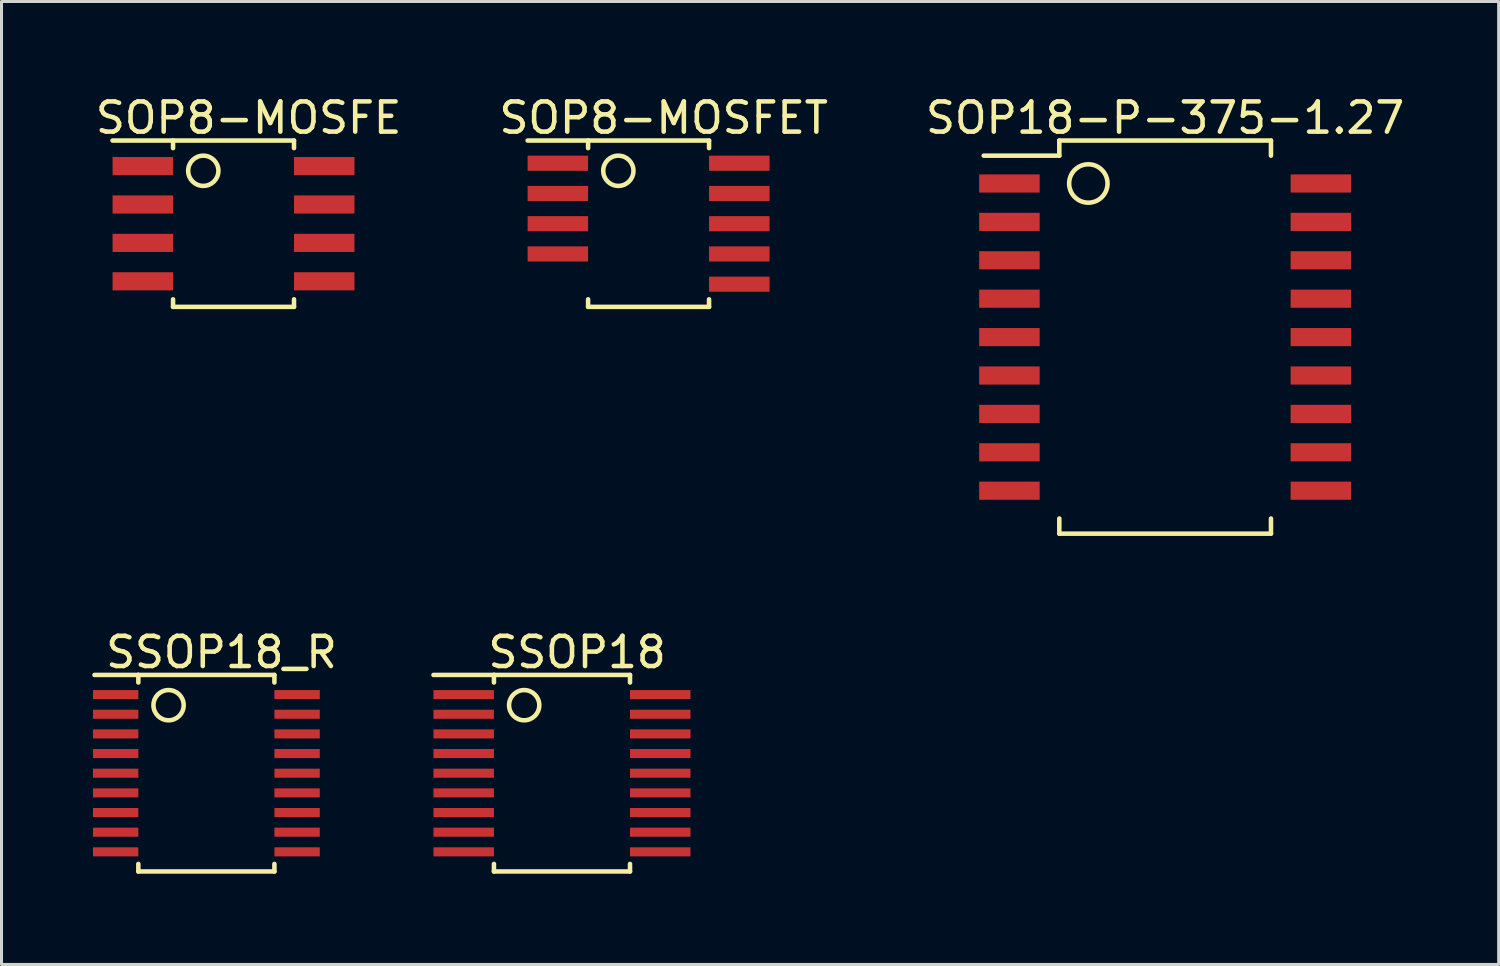
<source format=kicad_pcb>
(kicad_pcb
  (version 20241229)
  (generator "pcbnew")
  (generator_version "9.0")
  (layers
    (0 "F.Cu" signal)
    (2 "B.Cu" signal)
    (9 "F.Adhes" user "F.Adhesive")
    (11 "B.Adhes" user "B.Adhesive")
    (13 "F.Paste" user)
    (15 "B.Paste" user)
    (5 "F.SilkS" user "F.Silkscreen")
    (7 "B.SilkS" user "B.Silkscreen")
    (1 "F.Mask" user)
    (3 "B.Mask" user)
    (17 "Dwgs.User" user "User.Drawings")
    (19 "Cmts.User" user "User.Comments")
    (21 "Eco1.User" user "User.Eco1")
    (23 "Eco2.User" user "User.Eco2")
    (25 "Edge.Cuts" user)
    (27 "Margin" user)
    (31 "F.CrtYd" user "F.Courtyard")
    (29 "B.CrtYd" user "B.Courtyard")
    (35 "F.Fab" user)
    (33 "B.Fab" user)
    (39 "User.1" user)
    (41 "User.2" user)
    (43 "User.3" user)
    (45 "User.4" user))
  (footprint "SOP18-P-375-1.27"
    (layer "F.Cu")
    (at 35.482 8.098)
    (property "Reference" "SOP18-P-375-1.27" (at 0 -7.25 0) (layer "F.SilkS") (effects (font (size 1 1) (thickness 0.15))))
    (attr through_hole)
    (fp_line (start -3.5 -6.5) (end -3.5 -6) (stroke (width 0.15) (type solid)) (layer "F.SilkS"))
    (fp_line (start -3.5 -6.5) (end 3.5 -6.5) (stroke (width 0.15) (type solid)) (layer "F.SilkS"))
    (fp_line (start -3.5 -6) (end -6 -6) (stroke (width 0.15) (type solid)) (layer "F.SilkS"))
    (fp_line (start -3.5 6.5) (end -3.5 6) (stroke (width 0.15) (type solid)) (layer "F.SilkS"))
    (fp_line (start -3.5 6.5) (end 3.5 6.5) (stroke (width 0.15) (type solid)) (layer "F.SilkS"))
    (fp_line (start 3.5 -6.5) (end 3.5 -6) (stroke (width 0.15) (type solid)) (layer "F.SilkS"))
    (fp_line (start 3.5 6.5) (end 3.5 6) (stroke (width 0.15) (type solid)) (layer "F.SilkS"))
    (fp_circle (center -2.54 -5.08) (end -1.905 -5.08) (stroke (width 0.15) (type solid)) (fill no) (layer "F.SilkS"))
    (pad "1" smd rect (at -5.15 -5.08) (size 2 0.6) (layers "F.Cu" "F.Mask" "F.Paste"))
    (pad "2" smd rect (at -5.15 -3.81) (size 2 0.6) (layers "F.Cu" "F.Mask" "F.Paste"))
    (pad "3" smd rect (at -5.15 -2.54) (size 2 0.6) (layers "F.Cu" "F.Mask" "F.Paste"))
    (pad "4" smd rect (at -5.15 -1.27) (size 2 0.6) (layers "F.Cu" "F.Mask" "F.Paste"))
    (pad "5" smd rect (at -5.15 0) (size 2 0.6) (layers "F.Cu" "F.Mask" "F.Paste"))
    (pad "6" smd rect (at -5.15 1.27) (size 2 0.6) (layers "F.Cu" "F.Mask" "F.Paste"))
    (pad "7" smd rect (at -5.15 2.54) (size 2 0.6) (layers "F.Cu" "F.Mask" "F.Paste"))
    (pad "8" smd rect (at -5.15 3.81) (size 2 0.6) (layers "F.Cu" "F.Mask" "F.Paste"))
    (pad "9" smd rect (at -5.15 5.08) (size 2 0.6) (layers "F.Cu" "F.Mask" "F.Paste"))
    (pad "10" smd rect (at 5.15 5.08) (size 2 0.6) (layers "F.Cu" "F.Mask" "F.Paste"))
    (pad "11" smd rect (at 5.15 3.81) (size 2 0.6) (layers "F.Cu" "F.Mask" "F.Paste"))
    (pad "12" smd rect (at 5.15 2.54) (size 2 0.6) (layers "F.Cu" "F.Mask" "F.Paste"))
    (pad "13" smd rect (at 5.15 1.27) (size 2 0.6) (layers "F.Cu" "F.Mask" "F.Paste"))
    (pad "14" smd rect (at 5.15 0) (size 2 0.6) (layers "F.Cu" "F.Mask" "F.Paste"))
    (pad "15" smd rect (at 5.15 -1.27) (size 2 0.6) (layers "F.Cu" "F.Mask" "F.Paste"))
    (pad "16" smd rect (at 5.15 -2.54) (size 2 0.6) (layers "F.Cu" "F.Mask" "F.Paste"))
    (pad "17" smd rect (at 5.15 -3.81) (size 2 0.6) (layers "F.Cu" "F.Mask" "F.Paste"))
    (pad "18" smd rect (at 5.15 -5.08) (size 2 0.6) (layers "F.Cu" "F.Mask" "F.Paste")))
  (footprint "SOP8-MOSFE"
    (layer "F.Cu")
    (at 4.673 4.348)
    (property "Reference" "SOP8-MOSFE" (at 0.5 -3.5 0) (layer "F.SilkS") (effects (font (size 1 1) (thickness 0.15))))
    (attr through_hole)
    (fp_line (start -2 -2.75) (end -4 -2.75) (stroke (width 0.15) (type solid)) (layer "F.SilkS"))
    (fp_line (start -2 -2.75) (end 2 -2.75) (stroke (width 0.15) (type solid)) (layer "F.SilkS"))
    (fp_line (start -2 -2.5) (end -2 -2.75) (stroke (width 0.15) (type solid)) (layer "F.SilkS"))
    (fp_line (start -2 2.5) (end -2 2.75) (stroke (width 0.15) (type solid)) (layer "F.SilkS"))
    (fp_line (start -2 2.75) (end 2 2.75) (stroke (width 0.15) (type solid)) (layer "F.SilkS"))
    (fp_line (start 2 -2.75) (end 2 -2.5) (stroke (width 0.15) (type solid)) (layer "F.SilkS"))
    (fp_line (start 2 2.75) (end 2 2.5) (stroke (width 0.15) (type solid)) (layer "F.SilkS"))
    (fp_circle (center -1 -1.75) (end -0.5 -1.75) (stroke (width 0.15) (type solid)) (fill no) (layer "F.SilkS"))
    (pad "1" smd rect (at -3 -1.905) (size 2 0.6) (layers "F.Cu" "F.Mask" "F.Paste"))
    (pad "1" smd rect (at -3 -0.635) (size 2 0.6) (layers "F.Cu" "F.Mask" "F.Paste"))
    (pad "1" smd rect (at -3 0.635) (size 2 0.6) (layers "F.Cu" "F.Mask" "F.Paste"))
    (pad "2" smd rect (at -3 1.905) (size 2 0.6) (layers "F.Cu" "F.Mask" "F.Paste"))
    (pad "3" smd rect (at 3 -1.905) (size 2 0.6) (layers "F.Cu" "F.Mask" "F.Paste"))
    (pad "3" smd rect (at 3 -0.635) (size 2 0.6) (layers "F.Cu" "F.Mask" "F.Paste"))
    (pad "3" smd rect (at 3 0.635) (size 2 0.6) (layers "F.Cu" "F.Mask" "F.Paste"))
    (pad "3" smd rect (at 3 1.905) (size 2 0.6) (layers "F.Cu" "F.Mask" "F.Paste")))
  (footprint "SOP8-MOSFET"
    (layer "F.Cu")
    (at 18.399 4.348)
    (property "Reference" "SOP8-MOSFET" (at 0.5 -3.5 0) (layer "F.SilkS") (effects (font (size 1 1) (thickness 0.15))))
    (attr through_hole)
    (fp_line (start -2 -2.75) (end -4 -2.75) (stroke (width 0.15) (type solid)) (layer "F.SilkS"))
    (fp_line (start -2 -2.75) (end 2 -2.75) (stroke (width 0.15) (type solid)) (layer "F.SilkS"))
    (fp_line (start -2 -2.5) (end -2 -2.75) (stroke (width 0.15) (type solid)) (layer "F.SilkS"))
    (fp_line (start -2 2.5) (end -2 2.75) (stroke (width 0.15) (type solid)) (layer "F.SilkS"))
    (fp_line (start -2 2.75) (end 2 2.75) (stroke (width 0.15) (type solid)) (layer "F.SilkS"))
    (fp_line (start 2 -2.75) (end 2 -2.5) (stroke (width 0.15) (type solid)) (layer "F.SilkS"))
    (fp_line (start 2 2.75) (end 2 2.5) (stroke (width 0.15) (type solid)) (layer "F.SilkS"))
    (fp_circle (center -1 -1.75) (end -0.5 -1.75) (stroke (width 0.15) (type solid)) (fill no) (layer "F.SilkS"))
    (pad "1" smd rect (at -3 -2) (size 2 0.5) (layers "F.Cu" "F.Mask" "F.Paste"))
    (pad "2" smd rect (at -3 -1) (size 2 0.5) (layers "F.Cu" "F.Mask" "F.Paste"))
    (pad "3" smd rect (at -3 0) (size 2 0.5) (layers "F.Cu" "F.Mask" "F.Paste"))
    (pad "4" smd rect (at -3 1) (size 2 0.5) (layers "F.Cu" "F.Mask" "F.Paste"))
    (pad "6" smd rect (at 3 2) (size 2 0.5) (layers "F.Cu" "F.Mask" "F.Paste"))
    (pad "7" smd rect (at 3 1) (size 2 0.5) (layers "F.Cu" "F.Mask" "F.Paste"))
    (pad "8" smd rect (at 3 0) (size 2 0.5) (layers "F.Cu" "F.Mask" "F.Paste"))
    (pad "9" smd rect (at 3 -1) (size 2 0.5) (layers "F.Cu" "F.Mask" "F.Paste"))
    (pad "10" smd rect (at 3 -2) (size 2 0.5) (layers "F.Cu" "F.Mask" "F.Paste")))
  (footprint "SSOP18_R"
    (layer "F.Cu")
    (at 3.775 22.521)
    (property "Reference" "SSOP18_R" (at 0.5 -4 0) (layer "F.SilkS") (effects (font (size 1 1) (thickness 0.15))))
    (attr through_hole)
    (fp_line (start -2.25 -3.25) (end -3.7 -3.25) (stroke (width 0.15) (type solid)) (layer "F.SilkS"))
    (fp_line (start -2.25 -3.25) (end 2.25 -3.25) (stroke (width 0.15) (type solid)) (layer "F.SilkS"))
    (fp_line (start -2.25 -3) (end -2.25 -3.25) (stroke (width 0.15) (type solid)) (layer "F.SilkS"))
    (fp_line (start -2.25 3) (end -2.25 3.25) (stroke (width 0.15) (type solid)) (layer "F.SilkS"))
    (fp_line (start -2.25 3.25) (end 2.25 3.25) (stroke (width 0.15) (type solid)) (layer "F.SilkS"))
    (fp_line (start 2.25 -3.25) (end 2.25 -3) (stroke (width 0.15) (type solid)) (layer "F.SilkS"))
    (fp_line (start 2.25 3.25) (end 2.25 3) (stroke (width 0.15) (type solid)) (layer "F.SilkS"))
    (fp_circle (center -1.25 -2.25) (end -0.75 -2.25) (stroke (width 0.15) (type solid)) (fill no) (layer "F.SilkS"))
    (pad "1" smd rect (at -3 -2.6) (size 1.5 0.3) (layers "F.Cu" "F.Mask" "F.Paste"))
    (pad "2" smd rect (at -3 -1.95) (size 1.5 0.3) (layers "F.Cu" "F.Mask" "F.Paste"))
    (pad "3" smd rect (at -3 -1.3) (size 1.5 0.3) (layers "F.Cu" "F.Mask" "F.Paste"))
    (pad "4" smd rect (at -3 -0.65) (size 1.5 0.3) (layers "F.Cu" "F.Mask" "F.Paste"))
    (pad "5" smd rect (at -3 0) (size 1.5 0.3) (layers "F.Cu" "F.Mask" "F.Paste"))
    (pad "6" smd rect (at -3 0.65) (size 1.5 0.3) (layers "F.Cu" "F.Mask" "F.Paste"))
    (pad "7" smd rect (at -3 1.3) (size 1.5 0.3) (layers "F.Cu" "F.Mask" "F.Paste"))
    (pad "8" smd rect (at -3 1.95) (size 1.5 0.3) (layers "F.Cu" "F.Mask" "F.Paste"))
    (pad "9" smd rect (at -3 2.6) (size 1.5 0.3) (layers "F.Cu" "F.Mask" "F.Paste"))
    (pad "10" smd rect (at 3 2.6) (size 1.5 0.3) (layers "F.Cu" "F.Mask" "F.Paste"))
    (pad "11" smd rect (at 3 1.95) (size 1.5 0.3) (layers "F.Cu" "F.Mask" "F.Paste"))
    (pad "12" smd rect (at 3 1.3) (size 1.5 0.3) (layers "F.Cu" "F.Mask" "F.Paste"))
    (pad "13" smd rect (at 3 0.65) (size 1.5 0.3) (layers "F.Cu" "F.Mask" "F.Paste"))
    (pad "14" smd rect (at 3 0) (size 1.5 0.3) (layers "F.Cu" "F.Mask" "F.Paste"))
    (pad "15" smd rect (at 3 -0.65) (size 1.5 0.3) (layers "F.Cu" "F.Mask" "F.Paste"))
    (pad "16" smd rect (at 3 -1.3) (size 1.5 0.3) (layers "F.Cu" "F.Mask" "F.Paste"))
    (pad "17" smd rect (at 3 -1.95) (size 1.5 0.3) (layers "F.Cu" "F.Mask" "F.Paste"))
    (pad "18" smd rect (at 3 -2.6) (size 1.5 0.3) (layers "F.Cu" "F.Mask" "F.Paste")))
  (footprint "SSOP18"
    (layer "F.Cu")
    (at 15.535 22.521)
    (property "Reference" "SSOP18" (at 0.5 -4 0) (layer "F.SilkS") (effects (font (size 1 1) (thickness 0.15))))
    (attr through_hole)
    (fp_line (start -2.25 -3.25) (end -4.25 -3.25) (stroke (width 0.15) (type solid)) (layer "F.SilkS"))
    (fp_line (start -2.25 -3.25) (end 2.25 -3.25) (stroke (width 0.15) (type solid)) (layer "F.SilkS"))
    (fp_line (start -2.25 -3) (end -2.25 -3.25) (stroke (width 0.15) (type solid)) (layer "F.SilkS"))
    (fp_line (start -2.25 3) (end -2.25 3.25) (stroke (width 0.15) (type solid)) (layer "F.SilkS"))
    (fp_line (start -2.25 3.25) (end 2.25 3.25) (stroke (width 0.15) (type solid)) (layer "F.SilkS"))
    (fp_line (start 2.25 -3.25) (end 2.25 -3) (stroke (width 0.15) (type solid)) (layer "F.SilkS"))
    (fp_line (start 2.25 3.25) (end 2.25 3) (stroke (width 0.15) (type solid)) (layer "F.SilkS"))
    (fp_circle (center -1.25 -2.25) (end -0.75 -2.25) (stroke (width 0.15) (type solid)) (fill no) (layer "F.SilkS"))
    (pad "1" smd rect (at -3.25 -2.6) (size 2 0.3) (layers "F.Cu" "F.Mask" "F.Paste"))
    (pad "2" smd rect (at -3.25 -1.95) (size 2 0.3) (layers "F.Cu" "F.Mask" "F.Paste"))
    (pad "3" smd rect (at -3.25 -1.3) (size 2 0.3) (layers "F.Cu" "F.Mask" "F.Paste"))
    (pad "4" smd rect (at -3.25 -0.65) (size 2 0.3) (layers "F.Cu" "F.Mask" "F.Paste"))
    (pad "5" smd rect (at -3.25 0) (size 2 0.3) (layers "F.Cu" "F.Mask" "F.Paste"))
    (pad "6" smd rect (at -3.25 0.65) (size 2 0.3) (layers "F.Cu" "F.Mask" "F.Paste"))
    (pad "7" smd rect (at -3.25 1.3) (size 2 0.3) (layers "F.Cu" "F.Mask" "F.Paste"))
    (pad "8" smd rect (at -3.25 1.95) (size 2 0.3) (layers "F.Cu" "F.Mask" "F.Paste"))
    (pad "9" smd rect (at -3.25 2.6) (size 2 0.3) (layers "F.Cu" "F.Mask" "F.Paste"))
    (pad "10" smd rect (at 3.25 2.6) (size 2 0.3) (layers "F.Cu" "F.Mask" "F.Paste"))
    (pad "11" smd rect (at 3.25 1.95) (size 2 0.3) (layers "F.Cu" "F.Mask" "F.Paste"))
    (pad "12" smd rect (at 3.25 1.3) (size 2 0.3) (layers "F.Cu" "F.Mask" "F.Paste"))
    (pad "13" smd rect (at 3.25 0.65) (size 2 0.3) (layers "F.Cu" "F.Mask" "F.Paste"))
    (pad "14" smd rect (at 3.25 0) (size 2 0.3) (layers "F.Cu" "F.Mask" "F.Paste"))
    (pad "15" smd rect (at 3.25 -0.65) (size 2 0.3) (layers "F.Cu" "F.Mask" "F.Paste"))
    (pad "16" smd rect (at 3.25 -1.3) (size 2 0.3) (layers "F.Cu" "F.Mask" "F.Paste"))
    (pad "17" smd rect (at 3.25 -1.95) (size 2 0.3) (layers "F.Cu" "F.Mask" "F.Paste"))
    (pad "18" smd rect (at 3.25 -2.6) (size 2 0.3) (layers "F.Cu" "F.Mask" "F.Paste")))
  (gr_rect
    (start -3 -3)
    (end 46.512 28.846)
    (stroke (width 0.1) (type default))
    (fill no)
    (layer "Edge.Cuts")))
</source>
